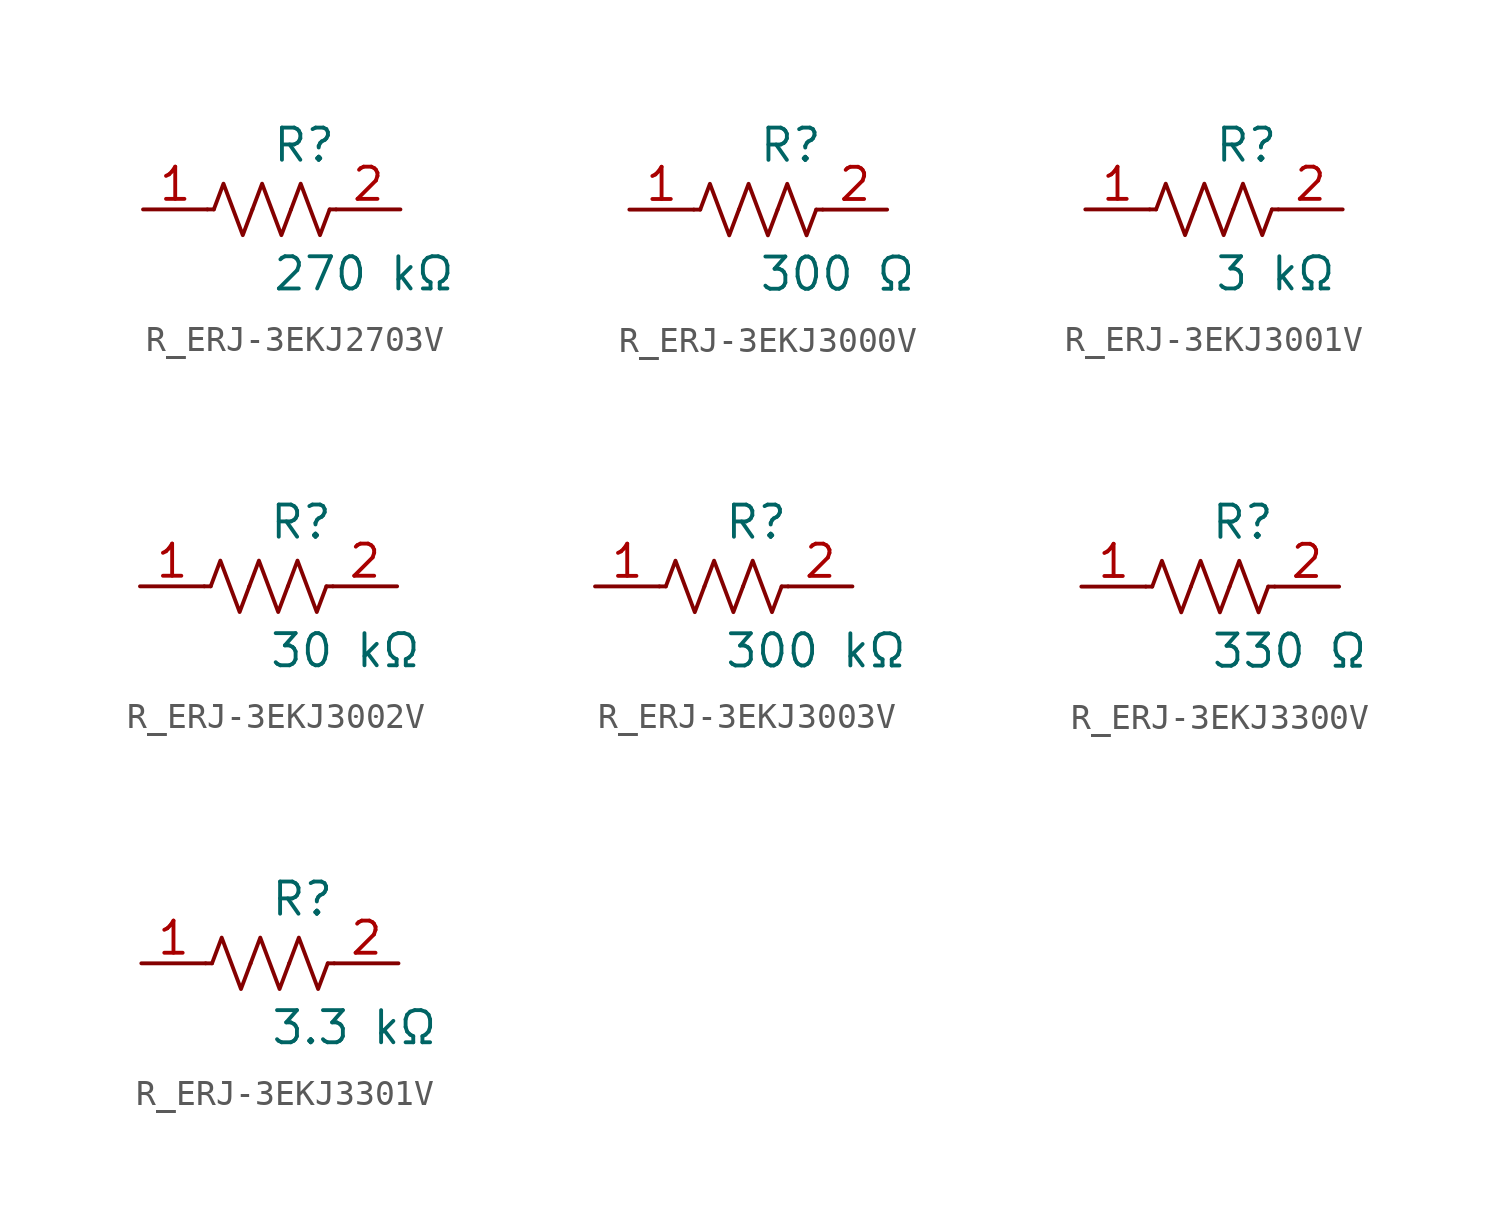
<source format=kicad_sym>
(kicad_symbol_lib
  (version 20231120)
  (generator kicad_symbol_editor)
  (generator_version 8.0)
  (symbol "R_ERJ-3EKJ2703V"
    (pin_names
      (offset 0.254))
    (property "Reference" "R"
      (at 0.0 2.54 0)
      (effects (font (size 1.27 1.27)) (justify left)))
    (property "Value" "270 kΩ"
      (at 0.0 -2.54 0)
      (effects (font (size 1.27 1.27)) (justify left)))
    (symbol "R_ERJ-3EKJ2703V_0_1"
      (polyline (pts (xy 2.286 0) (xy 2.54 0)) (stroke (width 0) (type default)) (fill (type none)))
      (polyline (pts (xy -2.286 0) (xy -2.54 0)) (stroke (width 0) (type default)) (fill (type none)))
      (polyline (pts (xy 0.762 0) (xy 1.143 1.016) (xy 1.524 0) (xy 1.905 -1.016) (xy 2.286 0)) (stroke (width 0) (type default)) (fill (type none)))
      (polyline (pts (xy -0.762 0) (xy -0.381 1.016) (xy 0 0) (xy 0.381 -1.016) (xy 0.762 0)) (stroke (width 0) (type default)) (fill (type none)))
      (polyline (pts (xy -2.286 0) (xy -1.905 1.016) (xy -1.524 0) (xy -1.143 -1.016) (xy -0.762 0)) (stroke (width 0) (type default)) (fill (type none))))
    (pin unspecified line
      (at -5.08 0 0)
      (length 2.54)
      (name "" (effects (font (size 1.27 1.27))))
      (number "1" (effects (font (size 1.27 1.27)))))
    (pin unspecified line
      (at 5.08 0 180)
      (length 2.54)
      (name "" (effects (font (size 1.27 1.27))))
      (number "2" (effects (font (size 1.27 1.27))))))
  (symbol "R_ERJ-3EKJ3000V"
    (pin_names
      (offset 0.254))
    (property "Reference" "R"
      (at 0.0 2.54 0)
      (effects (font (size 1.27 1.27)) (justify left)))
    (property "Value" "300 Ω"
      (at 0.0 -2.54 0)
      (effects (font (size 1.27 1.27)) (justify left)))
    (symbol "R_ERJ-3EKJ3000V_0_1"
      (polyline (pts (xy 2.286 0) (xy 2.54 0)) (stroke (width 0) (type default)) (fill (type none)))
      (polyline (pts (xy -2.286 0) (xy -2.54 0)) (stroke (width 0) (type default)) (fill (type none)))
      (polyline (pts (xy 0.762 0) (xy 1.143 1.016) (xy 1.524 0) (xy 1.905 -1.016) (xy 2.286 0)) (stroke (width 0) (type default)) (fill (type none)))
      (polyline (pts (xy -0.762 0) (xy -0.381 1.016) (xy 0 0) (xy 0.381 -1.016) (xy 0.762 0)) (stroke (width 0) (type default)) (fill (type none)))
      (polyline (pts (xy -2.286 0) (xy -1.905 1.016) (xy -1.524 0) (xy -1.143 -1.016) (xy -0.762 0)) (stroke (width 0) (type default)) (fill (type none))))
    (pin unspecified line
      (at -5.08 0 0)
      (length 2.54)
      (name "" (effects (font (size 1.27 1.27))))
      (number "1" (effects (font (size 1.27 1.27)))))
    (pin unspecified line
      (at 5.08 0 180)
      (length 2.54)
      (name "" (effects (font (size 1.27 1.27))))
      (number "2" (effects (font (size 1.27 1.27))))))
  (symbol "R_ERJ-3EKJ3001V"
    (pin_names
      (offset 0.254))
    (property "Reference" "R"
      (at 0.0 2.54 0)
      (effects (font (size 1.27 1.27)) (justify left)))
    (property "Value" "3 kΩ"
      (at 0.0 -2.54 0)
      (effects (font (size 1.27 1.27)) (justify left)))
    (symbol "R_ERJ-3EKJ3001V_0_1"
      (polyline (pts (xy 2.286 0) (xy 2.54 0)) (stroke (width 0) (type default)) (fill (type none)))
      (polyline (pts (xy -2.286 0) (xy -2.54 0)) (stroke (width 0) (type default)) (fill (type none)))
      (polyline (pts (xy 0.762 0) (xy 1.143 1.016) (xy 1.524 0) (xy 1.905 -1.016) (xy 2.286 0)) (stroke (width 0) (type default)) (fill (type none)))
      (polyline (pts (xy -0.762 0) (xy -0.381 1.016) (xy 0 0) (xy 0.381 -1.016) (xy 0.762 0)) (stroke (width 0) (type default)) (fill (type none)))
      (polyline (pts (xy -2.286 0) (xy -1.905 1.016) (xy -1.524 0) (xy -1.143 -1.016) (xy -0.762 0)) (stroke (width 0) (type default)) (fill (type none))))
    (pin unspecified line
      (at -5.08 0 0)
      (length 2.54)
      (name "" (effects (font (size 1.27 1.27))))
      (number "1" (effects (font (size 1.27 1.27)))))
    (pin unspecified line
      (at 5.08 0 180)
      (length 2.54)
      (name "" (effects (font (size 1.27 1.27))))
      (number "2" (effects (font (size 1.27 1.27))))))
  (symbol "R_ERJ-3EKJ3002V"
    (pin_names
      (offset 0.254))
    (property "Reference" "R"
      (at 0.0 2.54 0)
      (effects (font (size 1.27 1.27)) (justify left)))
    (property "Value" "30 kΩ"
      (at 0.0 -2.54 0)
      (effects (font (size 1.27 1.27)) (justify left)))
    (symbol "R_ERJ-3EKJ3002V_0_1"
      (polyline (pts (xy 2.286 0) (xy 2.54 0)) (stroke (width 0) (type default)) (fill (type none)))
      (polyline (pts (xy -2.286 0) (xy -2.54 0)) (stroke (width 0) (type default)) (fill (type none)))
      (polyline (pts (xy 0.762 0) (xy 1.143 1.016) (xy 1.524 0) (xy 1.905 -1.016) (xy 2.286 0)) (stroke (width 0) (type default)) (fill (type none)))
      (polyline (pts (xy -0.762 0) (xy -0.381 1.016) (xy 0 0) (xy 0.381 -1.016) (xy 0.762 0)) (stroke (width 0) (type default)) (fill (type none)))
      (polyline (pts (xy -2.286 0) (xy -1.905 1.016) (xy -1.524 0) (xy -1.143 -1.016) (xy -0.762 0)) (stroke (width 0) (type default)) (fill (type none))))
    (pin unspecified line
      (at -5.08 0 0)
      (length 2.54)
      (name "" (effects (font (size 1.27 1.27))))
      (number "1" (effects (font (size 1.27 1.27)))))
    (pin unspecified line
      (at 5.08 0 180)
      (length 2.54)
      (name "" (effects (font (size 1.27 1.27))))
      (number "2" (effects (font (size 1.27 1.27))))))
  (symbol "R_ERJ-3EKJ3003V"
    (pin_names
      (offset 0.254))
    (property "Reference" "R"
      (at 0.0 2.54 0)
      (effects (font (size 1.27 1.27)) (justify left)))
    (property "Value" "300 kΩ"
      (at 0.0 -2.54 0)
      (effects (font (size 1.27 1.27)) (justify left)))
    (symbol "R_ERJ-3EKJ3003V_0_1"
      (polyline (pts (xy 2.286 0) (xy 2.54 0)) (stroke (width 0) (type default)) (fill (type none)))
      (polyline (pts (xy -2.286 0) (xy -2.54 0)) (stroke (width 0) (type default)) (fill (type none)))
      (polyline (pts (xy 0.762 0) (xy 1.143 1.016) (xy 1.524 0) (xy 1.905 -1.016) (xy 2.286 0)) (stroke (width 0) (type default)) (fill (type none)))
      (polyline (pts (xy -0.762 0) (xy -0.381 1.016) (xy 0 0) (xy 0.381 -1.016) (xy 0.762 0)) (stroke (width 0) (type default)) (fill (type none)))
      (polyline (pts (xy -2.286 0) (xy -1.905 1.016) (xy -1.524 0) (xy -1.143 -1.016) (xy -0.762 0)) (stroke (width 0) (type default)) (fill (type none))))
    (pin unspecified line
      (at -5.08 0 0)
      (length 2.54)
      (name "" (effects (font (size 1.27 1.27))))
      (number "1" (effects (font (size 1.27 1.27)))))
    (pin unspecified line
      (at 5.08 0 180)
      (length 2.54)
      (name "" (effects (font (size 1.27 1.27))))
      (number "2" (effects (font (size 1.27 1.27))))))
  (symbol "R_ERJ-3EKJ3300V"
    (pin_names
      (offset 0.254))
    (property "Reference" "R"
      (at 0.0 2.54 0)
      (effects (font (size 1.27 1.27)) (justify left)))
    (property "Value" "330 Ω"
      (at 0.0 -2.54 0)
      (effects (font (size 1.27 1.27)) (justify left)))
    (symbol "R_ERJ-3EKJ3300V_0_1"
      (polyline (pts (xy 2.286 0) (xy 2.54 0)) (stroke (width 0) (type default)) (fill (type none)))
      (polyline (pts (xy -2.286 0) (xy -2.54 0)) (stroke (width 0) (type default)) (fill (type none)))
      (polyline (pts (xy 0.762 0) (xy 1.143 1.016) (xy 1.524 0) (xy 1.905 -1.016) (xy 2.286 0)) (stroke (width 0) (type default)) (fill (type none)))
      (polyline (pts (xy -0.762 0) (xy -0.381 1.016) (xy 0 0) (xy 0.381 -1.016) (xy 0.762 0)) (stroke (width 0) (type default)) (fill (type none)))
      (polyline (pts (xy -2.286 0) (xy -1.905 1.016) (xy -1.524 0) (xy -1.143 -1.016) (xy -0.762 0)) (stroke (width 0) (type default)) (fill (type none))))
    (pin unspecified line
      (at -5.08 0 0)
      (length 2.54)
      (name "" (effects (font (size 1.27 1.27))))
      (number "1" (effects (font (size 1.27 1.27)))))
    (pin unspecified line
      (at 5.08 0 180)
      (length 2.54)
      (name "" (effects (font (size 1.27 1.27))))
      (number "2" (effects (font (size 1.27 1.27))))))
  (symbol "R_ERJ-3EKJ3301V"
    (pin_names
      (offset 0.254))
    (property "Reference" "R"
      (at 0.0 2.54 0)
      (effects (font (size 1.27 1.27)) (justify left)))
    (property "Value" "3.3 kΩ"
      (at 0.0 -2.54 0)
      (effects (font (size 1.27 1.27)) (justify left)))
    (symbol "R_ERJ-3EKJ3301V_0_1"
      (polyline (pts (xy 2.286 0) (xy 2.54 0)) (stroke (width 0) (type default)) (fill (type none)))
      (polyline (pts (xy -2.286 0) (xy -2.54 0)) (stroke (width 0) (type default)) (fill (type none)))
      (polyline (pts (xy 0.762 0) (xy 1.143 1.016) (xy 1.524 0) (xy 1.905 -1.016) (xy 2.286 0)) (stroke (width 0) (type default)) (fill (type none)))
      (polyline (pts (xy -0.762 0) (xy -0.381 1.016) (xy 0 0) (xy 0.381 -1.016) (xy 0.762 0)) (stroke (width 0) (type default)) (fill (type none)))
      (polyline (pts (xy -2.286 0) (xy -1.905 1.016) (xy -1.524 0) (xy -1.143 -1.016) (xy -0.762 0)) (stroke (width 0) (type default)) (fill (type none))))
    (pin unspecified line
      (at -5.08 0 0)
      (length 2.54)
      (name "" (effects (font (size 1.27 1.27))))
      (number "1" (effects (font (size 1.27 1.27)))))
    (pin unspecified line
      (at 5.08 0 180)
      (length 2.54)
      (name "" (effects (font (size 1.27 1.27))))
      (number "2" (effects (font (size 1.27 1.27)))))))
</source>
